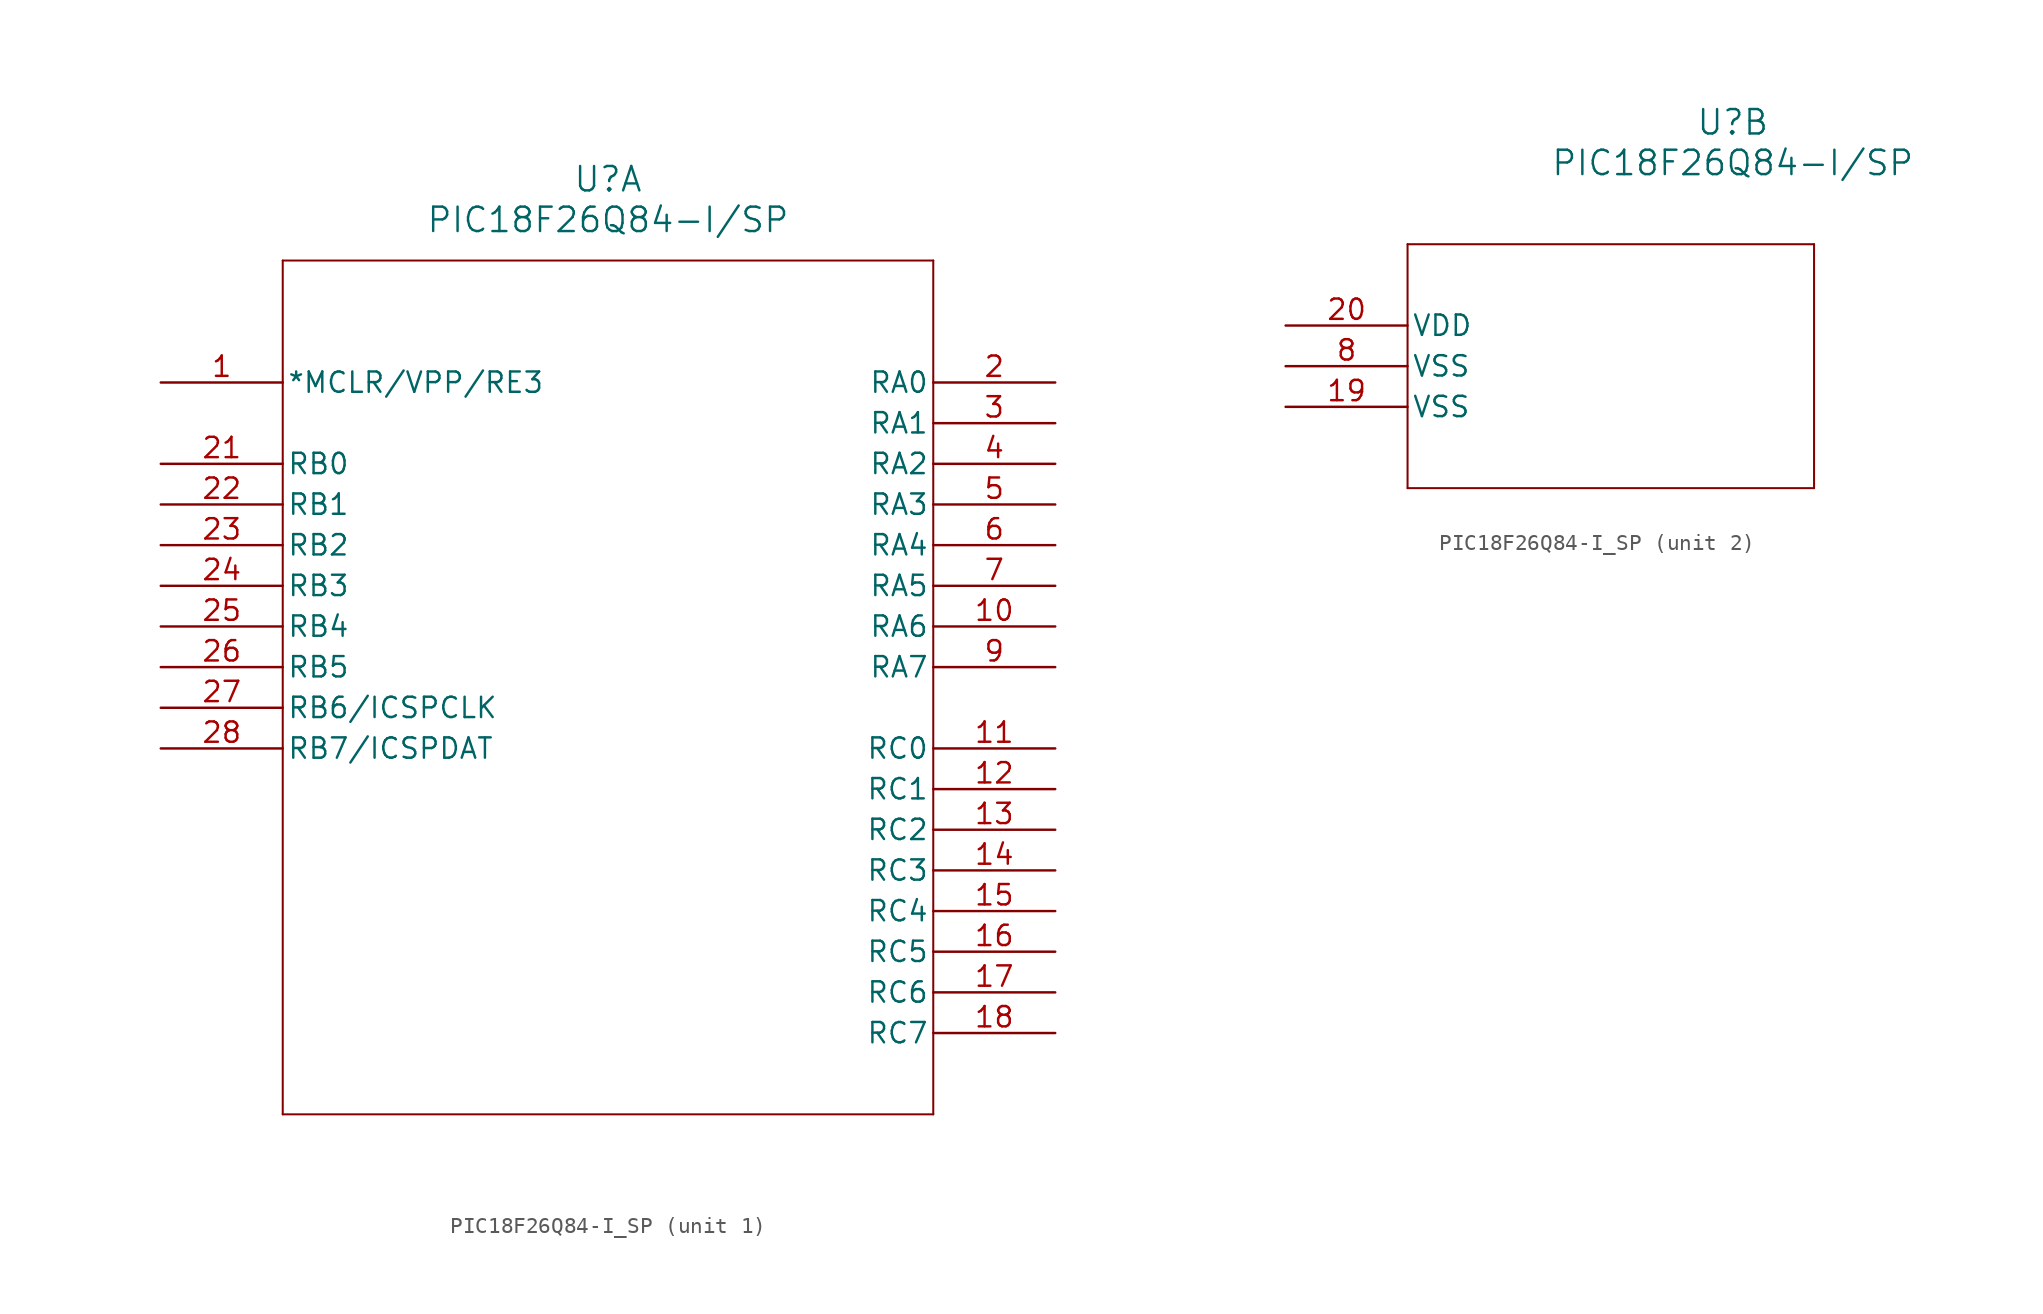
<source format=kicad_sym>
(kicad_symbol_lib
  (version 20211014)
  (generator kicad_symbol_editor)
  (symbol "PIC18F26Q84-I_SP"
    (pin_names
      (offset 0.254))
    (property "Reference" "U"
      (at 27.94 12.7 0)
      (effects (font (size 1.524 1.524))))
    (property "Value" "PIC18F26Q84-I/SP"
      (at 27.94 10.16 0)
      (effects (font (size 1.524 1.524))))
    (symbol "PIC18F26Q84-I_SP_1_1"
      (polyline (pts (xy 7.62 7.62) (xy 7.62 -45.72)) (stroke (width 0.127) (type default) (color 0 0 0 0)) (fill (type none)))
      (polyline (pts (xy 7.62 -45.72) (xy 48.26 -45.72)) (stroke (width 0.127) (type default) (color 0 0 0 0)) (fill (type none)))
      (polyline (pts (xy 48.26 -45.72) (xy 48.26 7.62)) (stroke (width 0.127) (type default) (color 0 0 0 0)) (fill (type none)))
      (polyline (pts (xy 48.26 7.62) (xy 7.62 7.62)) (stroke (width 0.127) (type default) (color 0 0 0 0)) (fill (type none)))
      (pin bidirectional line (at 0 0 0) (length 7.62) (name "*MCLR/VPP/RE3" (effects (font (size 1.27 1.27)))) (number "1" (effects (font (size 1.27 1.27)))))
      (pin bidirectional line (at 55.88 0 180) (length 7.62) (name "RA0" (effects (font (size 1.27 1.27)))) (number "2" (effects (font (size 1.27 1.27)))))
      (pin bidirectional line (at 55.88 -2.54 180) (length 7.62) (name "RA1" (effects (font (size 1.27 1.27)))) (number "3" (effects (font (size 1.27 1.27)))))
      (pin bidirectional line (at 55.88 -5.08 180) (length 7.62) (name "RA2" (effects (font (size 1.27 1.27)))) (number "4" (effects (font (size 1.27 1.27)))))
      (pin bidirectional line (at 55.88 -7.62 180) (length 7.62) (name "RA3" (effects (font (size 1.27 1.27)))) (number "5" (effects (font (size 1.27 1.27)))))
      (pin bidirectional line (at 55.88 -10.16 180) (length 7.62) (name "RA4" (effects (font (size 1.27 1.27)))) (number "6" (effects (font (size 1.27 1.27)))))
      (pin bidirectional line (at 55.88 -12.7 180) (length 7.62) (name "RA5" (effects (font (size 1.27 1.27)))) (number "7" (effects (font (size 1.27 1.27)))))
      (pin bidirectional line (at 55.88 -17.78 180) (length 7.62) (name "RA7" (effects (font (size 1.27 1.27)))) (number "9" (effects (font (size 1.27 1.27)))))
      (pin bidirectional line (at 55.88 -15.24 180) (length 7.62) (name "RA6" (effects (font (size 1.27 1.27)))) (number "10" (effects (font (size 1.27 1.27)))))
      (pin bidirectional line (at 55.88 -22.86 180) (length 7.62) (name "RC0" (effects (font (size 1.27 1.27)))) (number "11" (effects (font (size 1.27 1.27)))))
      (pin bidirectional line (at 55.88 -25.4 180) (length 7.62) (name "RC1" (effects (font (size 1.27 1.27)))) (number "12" (effects (font (size 1.27 1.27)))))
      (pin bidirectional line (at 55.88 -27.94 180) (length 7.62) (name "RC2" (effects (font (size 1.27 1.27)))) (number "13" (effects (font (size 1.27 1.27)))))
      (pin bidirectional line (at 55.88 -30.48 180) (length 7.62) (name "RC3" (effects (font (size 1.27 1.27)))) (number "14" (effects (font (size 1.27 1.27)))))
      (pin bidirectional line (at 55.88 -33.02 180) (length 7.62) (name "RC4" (effects (font (size 1.27 1.27)))) (number "15" (effects (font (size 1.27 1.27)))))
      (pin bidirectional line (at 55.88 -35.56 180) (length 7.62) (name "RC5" (effects (font (size 1.27 1.27)))) (number "16" (effects (font (size 1.27 1.27)))))
      (pin bidirectional line (at 55.88 -38.1 180) (length 7.62) (name "RC6" (effects (font (size 1.27 1.27)))) (number "17" (effects (font (size 1.27 1.27)))))
      (pin bidirectional line (at 55.88 -40.64 180) (length 7.62) (name "RC7" (effects (font (size 1.27 1.27)))) (number "18" (effects (font (size 1.27 1.27)))))
      (pin bidirectional line (at 0 -5.08 0) (length 7.62) (name "RB0" (effects (font (size 1.27 1.27)))) (number "21" (effects (font (size 1.27 1.27)))))
      (pin bidirectional line (at 0 -7.62 0) (length 7.62) (name "RB1" (effects (font (size 1.27 1.27)))) (number "22" (effects (font (size 1.27 1.27)))))
      (pin bidirectional line (at 0 -10.16 0) (length 7.62) (name "RB2" (effects (font (size 1.27 1.27)))) (number "23" (effects (font (size 1.27 1.27)))))
      (pin bidirectional line (at 0 -12.7 0) (length 7.62) (name "RB3" (effects (font (size 1.27 1.27)))) (number "24" (effects (font (size 1.27 1.27)))))
      (pin bidirectional line (at 0 -15.24 0) (length 7.62) (name "RB4" (effects (font (size 1.27 1.27)))) (number "25" (effects (font (size 1.27 1.27)))))
      (pin bidirectional line (at 0 -17.78 0) (length 7.62) (name "RB5" (effects (font (size 1.27 1.27)))) (number "26" (effects (font (size 1.27 1.27)))))
      (pin bidirectional line (at 0 -20.32 0) (length 7.62) (name "RB6/ICSPCLK" (effects (font (size 1.27 1.27)))) (number "27" (effects (font (size 1.27 1.27)))))
      (pin bidirectional line (at 0 -22.86 0) (length 7.62) (name "RB7/ICSPDAT" (effects (font (size 1.27 1.27)))) (number "28" (effects (font (size 1.27 1.27))))))
    (symbol "PIC18F26Q84-I_SP_2_1"
      (polyline (pts (xy 7.62 5.08) (xy 7.62 -10.16)) (stroke (width 0.127) (type default) (color 0 0 0 0)) (fill (type none)))
      (polyline (pts (xy 7.62 -10.16) (xy 33.02 -10.16)) (stroke (width 0.127) (type default) (color 0 0 0 0)) (fill (type none)))
      (polyline (pts (xy 33.02 -10.16) (xy 33.02 5.08)) (stroke (width 0.127) (type default) (color 0 0 0 0)) (fill (type none)))
      (polyline (pts (xy 33.02 5.08) (xy 7.62 5.08)) (stroke (width 0.127) (type default) (color 0 0 0 0)) (fill (type none)))
      (pin power_out line (at 0 -2.54 0) (length 7.62) (name "VSS" (effects (font (size 1.27 1.27)))) (number "8" (effects (font (size 1.27 1.27)))))
      (pin power_out line (at 0 -5.08 0) (length 7.62) (name "VSS" (effects (font (size 1.27 1.27)))) (number "19" (effects (font (size 1.27 1.27)))))
      (pin power_in line (at 0 0 0) (length 7.62) (name "VDD" (effects (font (size 1.27 1.27)))) (number "20" (effects (font (size 1.27 1.27))))))))
</source>
